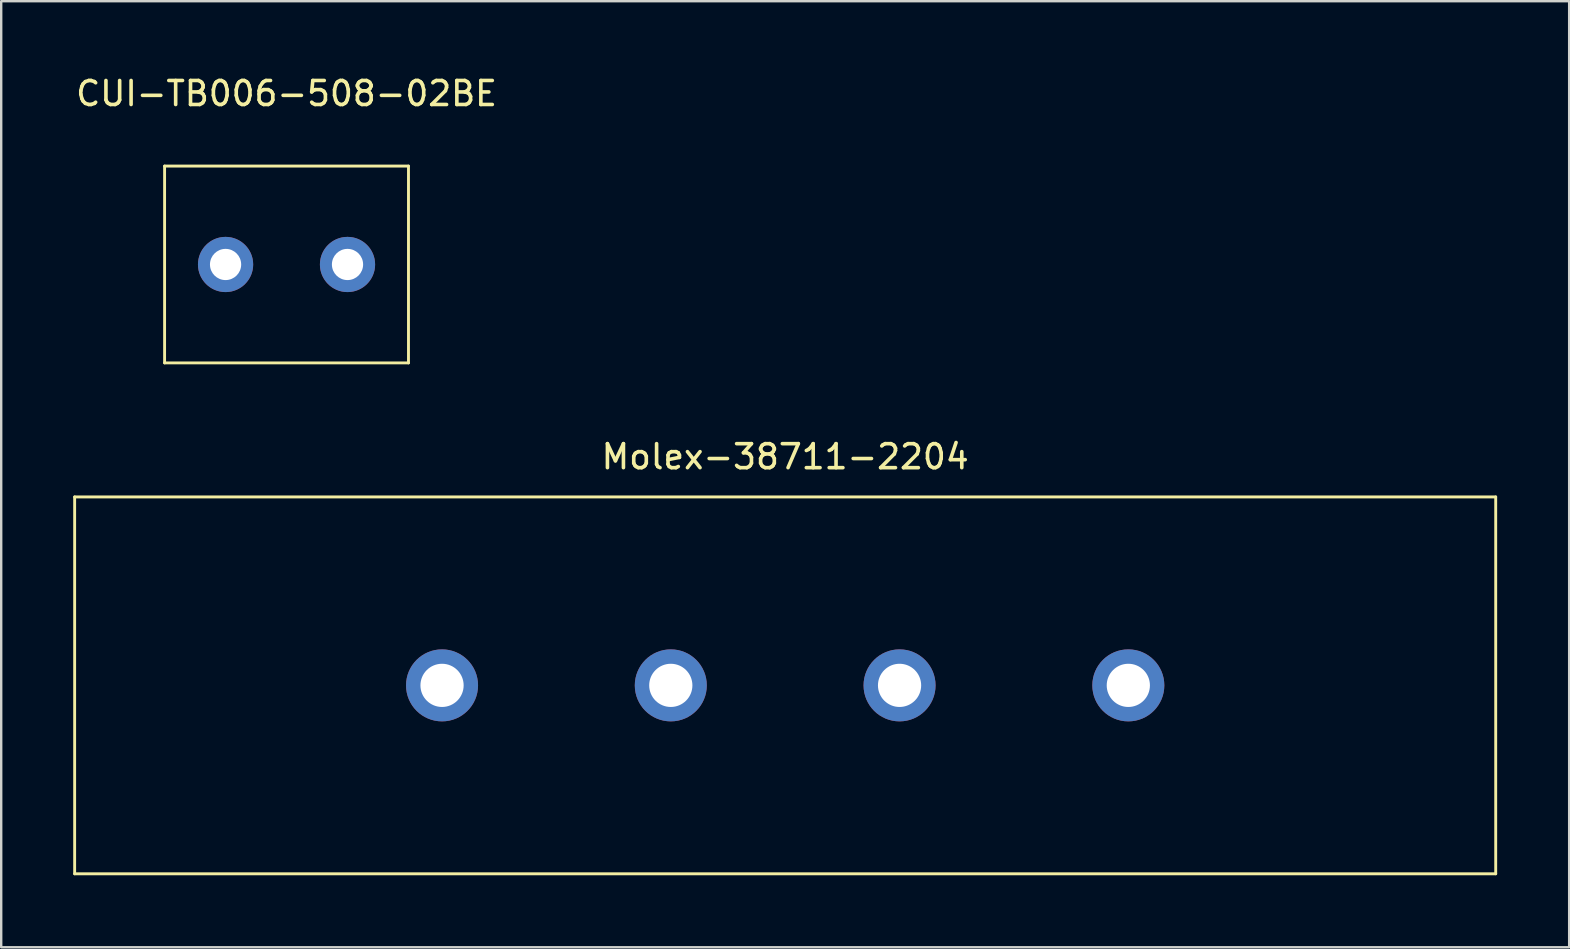
<source format=kicad_pcb>
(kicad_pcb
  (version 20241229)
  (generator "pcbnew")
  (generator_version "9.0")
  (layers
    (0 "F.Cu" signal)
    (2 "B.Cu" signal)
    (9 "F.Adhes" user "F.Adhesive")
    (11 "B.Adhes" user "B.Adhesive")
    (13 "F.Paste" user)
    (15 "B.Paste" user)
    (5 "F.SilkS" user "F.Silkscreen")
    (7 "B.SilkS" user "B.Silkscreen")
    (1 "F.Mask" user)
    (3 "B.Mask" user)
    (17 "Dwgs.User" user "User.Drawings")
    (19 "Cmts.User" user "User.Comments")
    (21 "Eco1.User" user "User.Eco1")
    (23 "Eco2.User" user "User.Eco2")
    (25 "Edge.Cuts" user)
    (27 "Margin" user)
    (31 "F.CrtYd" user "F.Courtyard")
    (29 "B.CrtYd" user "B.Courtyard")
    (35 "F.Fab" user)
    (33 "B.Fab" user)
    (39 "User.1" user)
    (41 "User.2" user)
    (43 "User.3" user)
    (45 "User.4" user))
  (footprint "CUI-TB006-508-02BE"
    (layer "F.Cu")
    (at 8.887 7.968)
    (property "Reference" "CUI-TB006-508-02BE" (at 0 -7.12 0) (layer "F.SilkS") (effects (font (size 1 1) (thickness 0.15))))
    (attr through_hole)
    (fp_line (start -5.08 -4.1) (end -5.08 4.1) (stroke (width 0.12) (type solid)) (layer "F.SilkS"))
    (fp_line (start -5.08 -4.1) (end 5.08 -4.1) (stroke (width 0.12) (type solid)) (layer "F.SilkS"))
    (fp_line (start 5.08 4.1) (end -5.08 4.1) (stroke (width 0.12) (type solid)) (layer "F.SilkS"))
    (fp_line (start 5.08 4.1) (end 5.08 -4.1) (stroke (width 0.12) (type solid)) (layer "F.SilkS"))
    (pad "1" thru_hole circle (at -2.54 0) (size 2.3 2.3) (drill 1.3) (layers "*.Cu" "*.Mask"))
    (pad "2" thru_hole circle (at 2.54 0) (size 2.3 2.3) (drill 1.3) (layers "*.Cu" "*.Mask")))
  (footprint "Molex-38711-2204"
    (layer "F.Cu")
    (at 29.66 25.502)
    (property "Reference" "Molex-38711-2204" (at 0 -9.525 0) (layer "F.SilkS") (effects (font (size 1 1) (thickness 0.15))))
    (attr through_hole)
    (fp_line (start -29.6 -7.85) (end -29.6 7.85) (stroke (width 0.12) (type solid)) (layer "F.SilkS"))
    (fp_line (start -29.6 -7.85) (end 29.6 -7.85) (stroke (width 0.12) (type solid)) (layer "F.SilkS"))
    (fp_line (start -29.6 7.85) (end 29.6 7.85) (stroke (width 0.12) (type solid)) (layer "F.SilkS"))
    (fp_line (start 29.6 7.85) (end 29.6 -7.85) (stroke (width 0.12) (type solid)) (layer "F.SilkS"))
    (pad "1" thru_hole circle (at -14.295 0) (size 3 3) (drill 1.8) (layers "*.Cu" "*.Mask"))
    (pad "2" thru_hole circle (at -4.765 0) (size 3 3) (drill 1.8) (layers "*.Cu" "*.Mask"))
    (pad "3" thru_hole circle (at 4.765 0) (size 3 3) (drill 1.8) (layers "*.Cu" "*.Mask"))
    (pad "4" thru_hole circle (at 14.295 0) (size 3 3) (drill 1.8) (layers "*.Cu" "*.Mask")))
  (gr_rect
    (start -3 -3)
    (end 62.32 36.411)
    (stroke (width 0.1) (type default))
    (fill no)
    (layer "Edge.Cuts")))
</source>
